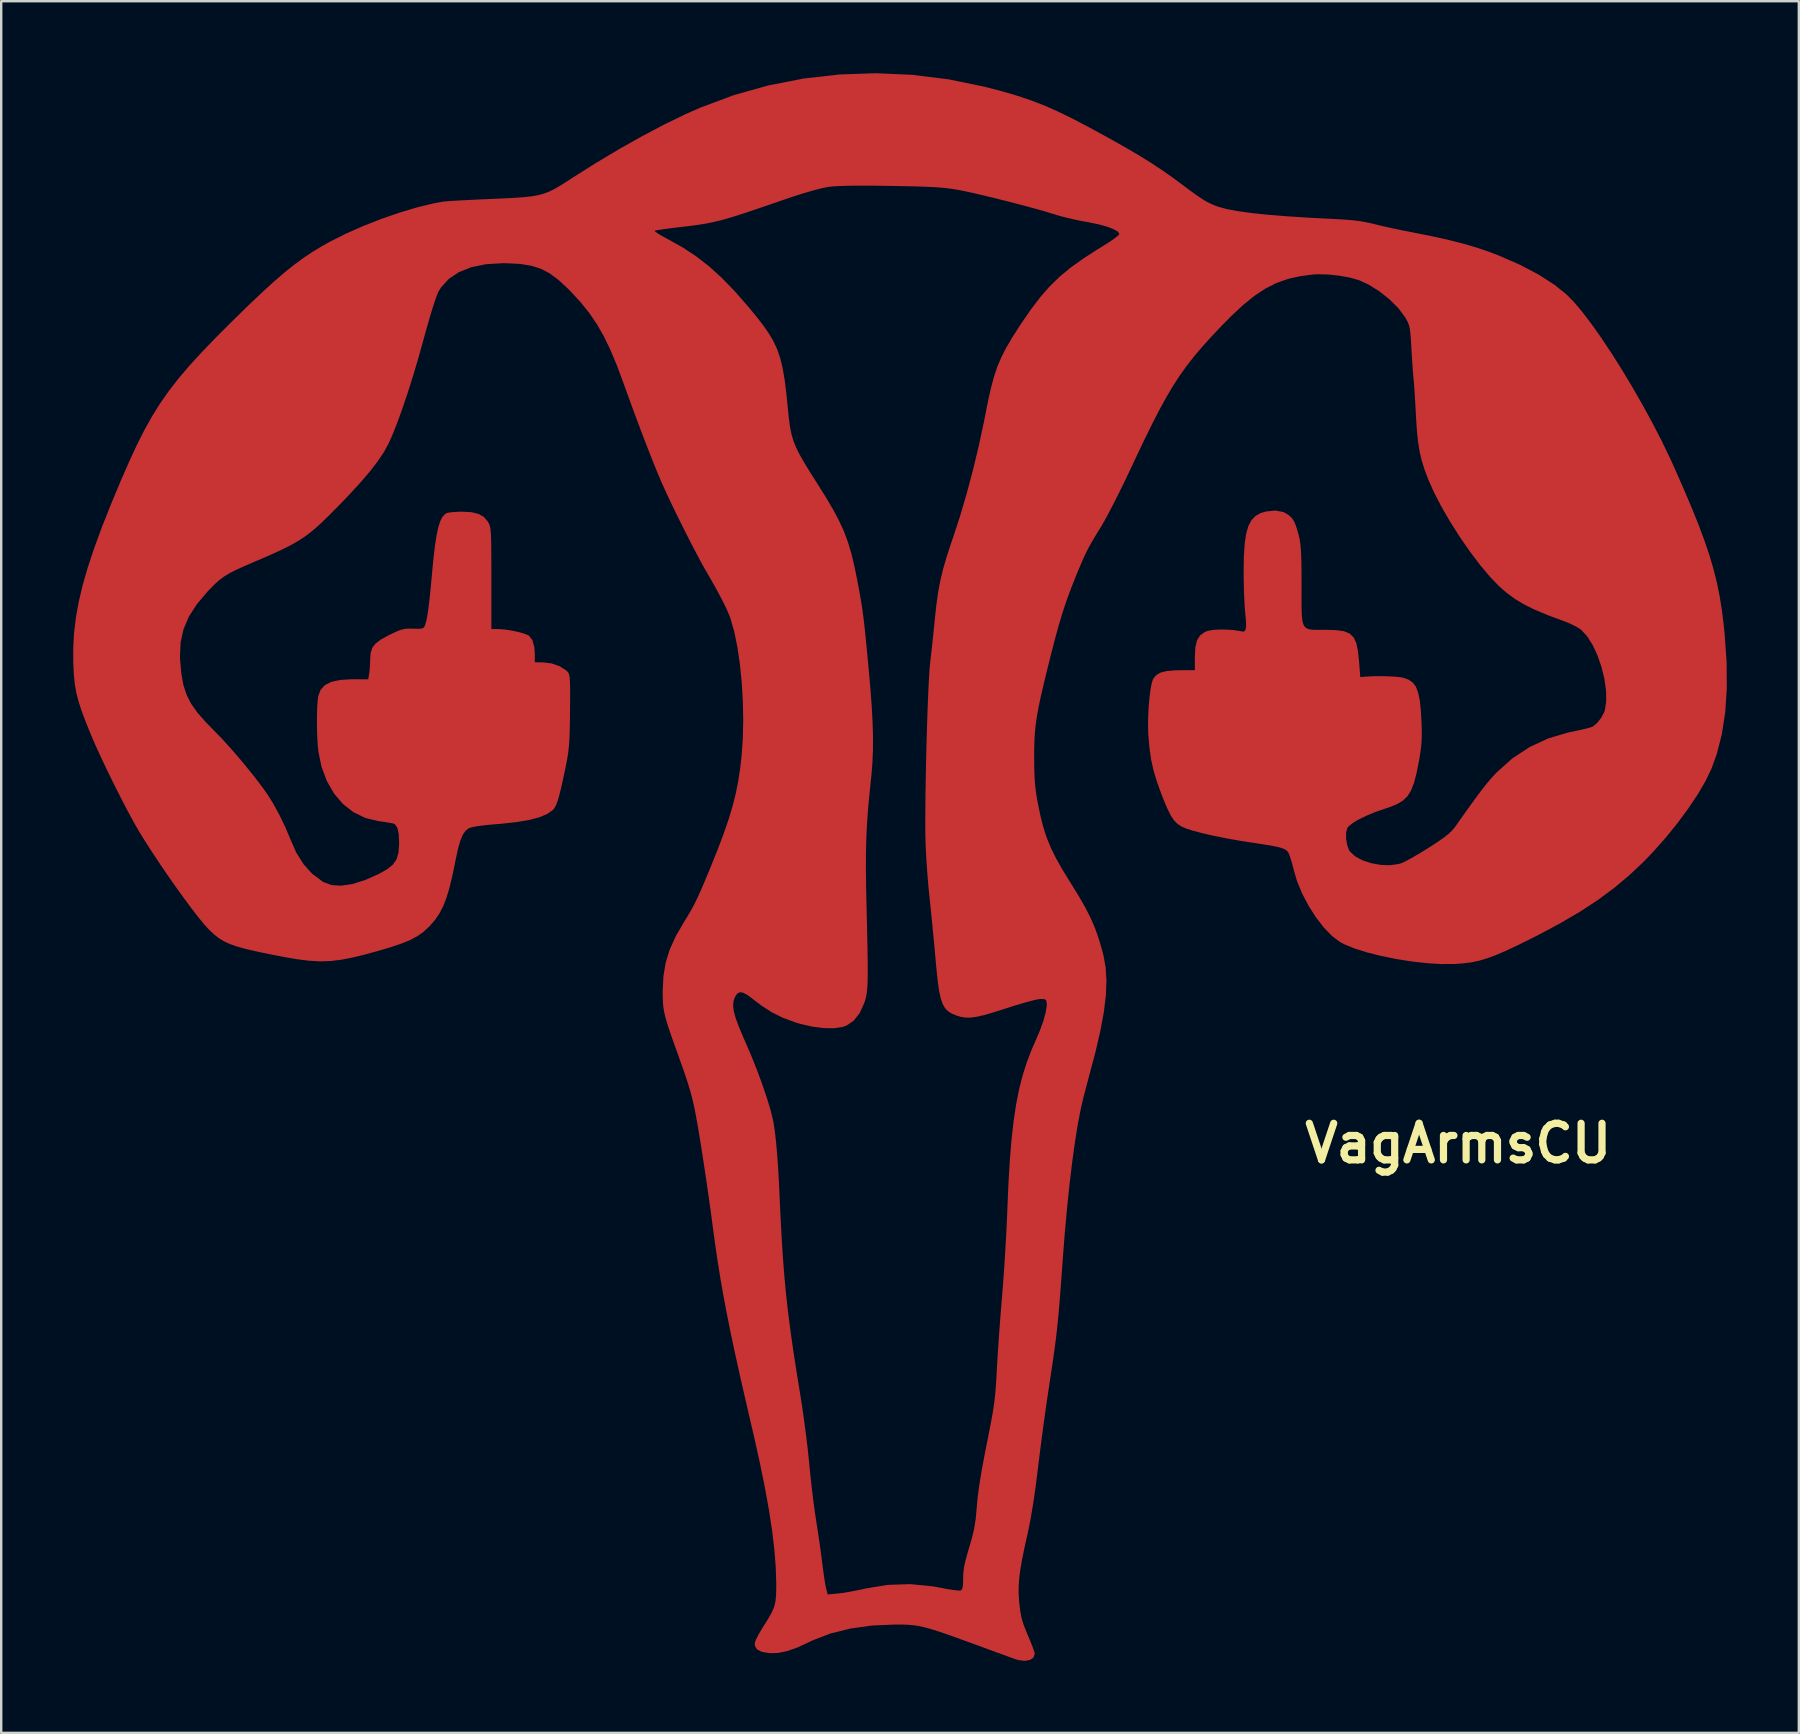
<source format=kicad_pcb>
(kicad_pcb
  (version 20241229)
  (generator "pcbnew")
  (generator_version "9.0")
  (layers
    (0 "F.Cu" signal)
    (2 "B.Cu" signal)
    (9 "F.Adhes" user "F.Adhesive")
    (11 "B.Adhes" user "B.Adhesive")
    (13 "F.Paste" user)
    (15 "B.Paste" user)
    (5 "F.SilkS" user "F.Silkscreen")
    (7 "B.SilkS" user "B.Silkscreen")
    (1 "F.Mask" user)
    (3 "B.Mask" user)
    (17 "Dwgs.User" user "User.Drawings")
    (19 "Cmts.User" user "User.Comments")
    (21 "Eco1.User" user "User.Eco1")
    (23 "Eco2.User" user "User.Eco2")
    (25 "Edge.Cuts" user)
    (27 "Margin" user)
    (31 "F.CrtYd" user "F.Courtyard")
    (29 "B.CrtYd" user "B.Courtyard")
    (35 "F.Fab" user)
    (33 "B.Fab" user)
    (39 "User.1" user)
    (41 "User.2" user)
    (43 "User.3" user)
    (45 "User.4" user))
  (footprint "VagArmsCU"
    (layer "F.Cu")
    (at 33.896 30.076)
    (property "Reference" "VagArmsCU" (at 23.8 14.5 0) (layer "F.SilkS") (effects (font (size 1.524 1.524) (thickness 0.3))))
    (attr board_only exclude_from_pos_files exclude_from_bom)
    (fp_poly (pts (xy 1.052 -30.009) (xy 2.562 -29.822) (xy 4.058 -29.515) (xy 4.128 -29.498) (xy 4.823 -29.315) (xy 5.44 -29.134) (xy 6.008 -28.943) (xy 6.555 -28.731) (xy 7.111 -28.486) (xy 7.705 -28.197) (xy 8.365 -27.853) (xy 8.606 -27.722) (xy 9.328 -27.327) (xy 9.952 -26.974) (xy 10.499 -26.653) (xy 10.984 -26.352) (xy 11.427 -26.061) (xy 11.846 -25.769) (xy 12.179 -25.524) (xy 12.559 -25.241) (xy 12.859 -25.023) (xy 13.097 -24.86) (xy 13.294 -24.739) (xy 13.469 -24.647) (xy 13.641 -24.573) (xy 13.811 -24.511) (xy 14.153 -24.417) (xy 14.613 -24.331) (xy 15.192 -24.251) (xy 15.892 -24.178) (xy 16.715 -24.112) (xy 17.662 -24.053) (xy 18.542 -24.008) (xy 19.03 -23.981) (xy 19.424 -23.949) (xy 19.756 -23.906) (xy 20.059 -23.848) (xy 20.288 -23.794) (xy 20.603 -23.717) (xy 20.994 -23.63) (xy 21.411 -23.541) (xy 21.806 -23.464) (xy 21.812 -23.462) (xy 22.635 -23.3) (xy 23.353 -23.142) (xy 23.988 -22.981) (xy 24.562 -22.813) (xy 25.098 -22.631) (xy 25.463 -22.492) (xy 26.361 -22.101) (xy 27.148 -21.688) (xy 27.819 -21.254) (xy 28.309 -20.86) (xy 28.615 -20.55) (xy 28.963 -20.136) (xy 29.346 -19.634) (xy 29.754 -19.056) (xy 30.18 -18.417) (xy 30.614 -17.729) (xy 31.049 -17.006) (xy 31.475 -16.263) (xy 31.884 -15.512) (xy 32.269 -14.768) (xy 32.619 -14.043) (xy 32.768 -13.716) (xy 33.167 -12.812) (xy 33.511 -12.004) (xy 33.805 -11.277) (xy 34.053 -10.614) (xy 34.261 -9.999) (xy 34.432 -9.418) (xy 34.573 -8.853) (xy 34.687 -8.29) (xy 34.78 -7.713) (xy 34.856 -7.104) (xy 34.894 -6.737) (xy 34.977 -5.552) (xy 34.986 -4.464) (xy 34.921 -3.466) (xy 34.781 -2.55) (xy 34.566 -1.709) (xy 34.343 -1.096) (xy 34.103 -0.598) (xy 33.778 -0.041) (xy 33.381 0.553) (xy 32.929 1.165) (xy 32.436 1.774) (xy 31.916 2.361) (xy 31.529 2.762) (xy 30.927 3.331) (xy 30.296 3.86) (xy 29.618 4.362) (xy 28.874 4.849) (xy 28.047 5.334) (xy 27.118 5.83) (xy 26.86 5.96) (xy 26.278 6.248) (xy 25.786 6.479) (xy 25.365 6.66) (xy 24.996 6.796) (xy 24.658 6.895) (xy 24.334 6.963) (xy 24.002 7.005) (xy 23.644 7.03) (xy 23.607 7.031) (xy 23.066 7.032) (xy 22.47 6.994) (xy 21.842 6.922) (xy 21.207 6.821) (xy 20.588 6.695) (xy 20.009 6.549) (xy 19.496 6.389) (xy 19.072 6.218) (xy 18.877 6.116) (xy 18.545 5.868) (xy 18.206 5.519) (xy 17.875 5.093) (xy 17.568 4.612) (xy 17.3 4.103) (xy 17.086 3.587) (xy 16.954 3.141) (xy 16.885 2.87) (xy 16.812 2.625) (xy 16.75 2.45) (xy 16.734 2.416) (xy 16.685 2.339) (xy 16.615 2.276) (xy 16.507 2.221) (xy 16.346 2.171) (xy 16.116 2.121) (xy 15.799 2.065) (xy 15.381 2) (xy 15.145 1.965) (xy 14.599 1.878) (xy 14.058 1.78) (xy 13.546 1.675) (xy 13.09 1.569) (xy 12.712 1.468) (xy 12.474 1.39) (xy 12.268 1.3) (xy 12.099 1.189) (xy 11.952 1.039) (xy 11.816 0.83) (xy 11.675 0.544) (xy 11.516 0.162) (xy 11.449 -0.008) (xy 11.253 -0.546) (xy 11.109 -1.019) (xy 11.008 -1.474) (xy 10.938 -1.956) (xy 10.889 -2.508) (xy 10.877 -2.862) (xy 10.882 -3.255) (xy 10.902 -3.659) (xy 10.935 -4.048) (xy 10.978 -4.392) (xy 11.029 -4.664) (xy 11.086 -4.837) (xy 11.207 -4.995) (xy 11.388 -5.105) (xy 11.649 -5.173) (xy 12.006 -5.204) (xy 12.222 -5.207) (xy 12.827 -5.207) (xy 12.827 -5.769) (xy 12.848 -6.16) (xy 12.916 -6.448) (xy 13.042 -6.653) (xy 13.234 -6.793) (xy 13.369 -6.848) (xy 13.564 -6.885) (xy 13.839 -6.902) (xy 14.152 -6.9) (xy 14.456 -6.879) (xy 14.708 -6.84) (xy 14.774 -6.824) (xy 14.873 -6.818) (xy 14.934 -6.88) (xy 14.961 -7.025) (xy 14.956 -7.266) (xy 14.925 -7.596) (xy 14.903 -7.85) (xy 14.885 -8.197) (xy 14.87 -8.602) (xy 14.862 -9.03) (xy 14.86 -9.336) (xy 14.869 -9.965) (xy 14.903 -10.48) (xy 14.964 -10.893) (xy 15.057 -11.215) (xy 15.186 -11.458) (xy 15.355 -11.634) (xy 15.57 -11.753) (xy 15.782 -11.817) (xy 16.179 -11.859) (xy 16.515 -11.797) (xy 16.726 -11.677) (xy 16.855 -11.559) (xy 16.954 -11.419) (xy 17.037 -11.226) (xy 17.122 -10.95) (xy 17.154 -10.828) (xy 17.191 -10.667) (xy 17.219 -10.493) (xy 17.24 -10.287) (xy 17.255 -10.029) (xy 17.264 -9.701) (xy 17.269 -9.284) (xy 17.271 -8.76) (xy 17.271 -8.747) (xy 17.27 -8.212) (xy 17.272 -7.79) (xy 17.283 -7.469) (xy 17.312 -7.234) (xy 17.365 -7.072) (xy 17.449 -6.97) (xy 17.572 -6.914) (xy 17.742 -6.891) (xy 17.964 -6.887) (xy 18.248 -6.89) (xy 18.274 -6.89) (xy 18.704 -6.878) (xy 19.031 -6.833) (xy 19.27 -6.738) (xy 19.438 -6.58) (xy 19.55 -6.342) (xy 19.621 -6.009) (xy 19.668 -5.566) (xy 19.671 -5.524) (xy 19.717 -4.921) (xy 19.907 -4.938) (xy 20.217 -4.956) (xy 20.563 -4.96) (xy 20.909 -4.953) (xy 21.219 -4.934) (xy 21.454 -4.906) (xy 21.52 -4.891) (xy 21.734 -4.812) (xy 21.903 -4.694) (xy 22.032 -4.522) (xy 22.127 -4.282) (xy 22.195 -3.959) (xy 22.24 -3.538) (xy 22.27 -3.016) (xy 22.28 -2.602) (xy 22.273 -2.259) (xy 22.244 -1.935) (xy 22.189 -1.575) (xy 22.164 -1.434) (xy 22.061 -0.92) (xy 21.955 -0.515) (xy 21.834 -0.201) (xy 21.685 0.04) (xy 21.494 0.224) (xy 21.25 0.371) (xy 20.94 0.497) (xy 20.737 0.564) (xy 20.337 0.702) (xy 19.964 0.858) (xy 19.638 1.018) (xy 19.382 1.173) (xy 19.216 1.311) (xy 19.178 1.364) (xy 19.127 1.557) (xy 19.127 1.81) (xy 19.171 2.073) (xy 19.253 2.292) (xy 19.282 2.338) (xy 19.498 2.542) (xy 19.805 2.709) (xy 20.173 2.831) (xy 20.57 2.903) (xy 20.964 2.916) (xy 21.325 2.863) (xy 21.446 2.825) (xy 21.606 2.75) (xy 21.845 2.621) (xy 22.136 2.453) (xy 22.451 2.261) (xy 22.602 2.166) (xy 22.952 1.938) (xy 23.213 1.756) (xy 23.406 1.601) (xy 23.553 1.458) (xy 23.675 1.308) (xy 23.701 1.271) (xy 24.058 0.765) (xy 24.355 0.35) (xy 24.602 0.012) (xy 24.811 -0.264) (xy 24.992 -0.492) (xy 25.156 -0.685) (xy 25.314 -0.859) (xy 25.408 -0.958) (xy 26.056 -1.536) (xy 26.77 -2.006) (xy 27.546 -2.366) (xy 28.381 -2.613) (xy 28.512 -2.64) (xy 28.819 -2.705) (xy 29.088 -2.767) (xy 29.29 -2.819) (xy 29.397 -2.856) (xy 29.397 -2.856) (xy 29.579 -3.002) (xy 29.752 -3.222) (xy 29.88 -3.465) (xy 29.906 -3.542) (xy 29.964 -3.924) (xy 29.955 -4.369) (xy 29.886 -4.85) (xy 29.766 -5.341) (xy 29.602 -5.817) (xy 29.402 -6.25) (xy 29.174 -6.614) (xy 28.928 -6.883) (xy 28.875 -6.925) (xy 28.696 -7.032) (xy 28.447 -7.153) (xy 28.176 -7.262) (xy 28.145 -7.273) (xy 27.514 -7.507) (xy 26.986 -7.729) (xy 26.54 -7.949) (xy 26.155 -8.181) (xy 25.81 -8.435) (xy 25.519 -8.688) (xy 25.129 -9.091) (xy 24.711 -9.588) (xy 24.282 -10.156) (xy 23.857 -10.77) (xy 23.454 -11.406) (xy 23.087 -12.04) (xy 22.774 -12.648) (xy 22.541 -13.176) (xy 22.392 -13.575) (xy 22.277 -13.944) (xy 22.19 -14.314) (xy 22.126 -14.713) (xy 22.078 -15.174) (xy 22.041 -15.725) (xy 22.035 -15.843) (xy 22.013 -16.243) (xy 21.991 -16.62) (xy 21.97 -16.945) (xy 21.952 -17.195) (xy 21.938 -17.335) (xy 21.923 -17.501) (xy 21.902 -17.762) (xy 21.88 -18.088) (xy 21.857 -18.448) (xy 21.849 -18.592) (xy 21.827 -18.965) (xy 21.806 -19.237) (xy 21.781 -19.434) (xy 21.746 -19.582) (xy 21.698 -19.707) (xy 21.629 -19.835) (xy 21.581 -19.916) (xy 21.308 -20.284) (xy 20.943 -20.649) (xy 20.521 -20.986) (xy 20.073 -21.267) (xy 19.675 -21.45) (xy 19.298 -21.559) (xy 18.847 -21.642) (xy 18.376 -21.692) (xy 17.936 -21.702) (xy 17.757 -21.692) (xy 17.198 -21.619) (xy 16.691 -21.503) (xy 16.219 -21.334) (xy 15.762 -21.103) (xy 15.305 -20.799) (xy 14.83 -20.414) (xy 14.319 -19.936) (xy 13.929 -19.54) (xy 13.511 -19.097) (xy 13.138 -18.685) (xy 12.802 -18.29) (xy 12.494 -17.896) (xy 12.204 -17.492) (xy 11.924 -17.061) (xy 11.644 -16.59) (xy 11.356 -16.066) (xy 11.051 -15.472) (xy 10.719 -14.797) (xy 10.351 -14.024) (xy 10.167 -13.632) (xy 9.938 -13.149) (xy 9.702 -12.665) (xy 9.47 -12.204) (xy 9.254 -11.788) (xy 9.066 -11.439) (xy 8.917 -11.181) (xy 8.902 -11.156) (xy 8.681 -10.798) (xy 8.51 -10.509) (xy 8.371 -10.255) (xy 8.245 -9.999) (xy 8.114 -9.707) (xy 7.961 -9.344) (xy 7.904 -9.207) (xy 7.691 -8.674) (xy 7.503 -8.168) (xy 7.332 -7.659) (xy 7.168 -7.116) (xy 7 -6.508) (xy 6.828 -5.842) (xy 6.657 -5.155) (xy 6.517 -4.574) (xy 6.403 -4.08) (xy 6.314 -3.656) (xy 6.247 -3.285) (xy 6.198 -2.95) (xy 6.166 -2.633) (xy 6.146 -2.316) (xy 6.136 -1.982) (xy 6.133 -1.619) (xy 6.137 -1.13) (xy 6.15 -0.733) (xy 6.176 -0.391) (xy 6.216 -0.07) (xy 6.273 0.265) (xy 6.273 0.266) (xy 6.388 0.83) (xy 6.511 1.319) (xy 6.653 1.761) (xy 6.827 2.187) (xy 7.043 2.626) (xy 7.315 3.106) (xy 7.654 3.656) (xy 7.654 3.656) (xy 7.991 4.203) (xy 8.263 4.677) (xy 8.482 5.106) (xy 8.661 5.519) (xy 8.813 5.943) (xy 8.95 6.406) (xy 9.019 6.668) (xy 9.11 7.161) (xy 9.144 7.71) (xy 9.121 8.325) (xy 9.038 9.015) (xy 8.896 9.791) (xy 8.694 10.664) (xy 8.593 11.049) (xy 8.489 11.44) (xy 8.377 11.861) (xy 8.272 12.26) (xy 8.189 12.573) (xy 8.067 13.099) (xy 7.946 13.739) (xy 7.827 14.483) (xy 7.713 15.316) (xy 7.604 16.227) (xy 7.502 17.205) (xy 7.409 18.235) (xy 7.335 19.177) (xy 7.283 19.903) (xy 7.237 20.522) (xy 7.195 21.054) (xy 7.156 21.518) (xy 7.117 21.933) (xy 7.076 22.32) (xy 7.032 22.697) (xy 6.981 23.085) (xy 6.922 23.503) (xy 6.853 23.97) (xy 6.771 24.507) (xy 6.732 24.765) (xy 6.649 25.323) (xy 6.559 25.961) (xy 6.468 26.633) (xy 6.382 27.293) (xy 6.307 27.895) (xy 6.287 28.067) (xy 6.195 28.796) (xy 6.096 29.482) (xy 5.993 30.098) (xy 5.891 30.62) (xy 5.866 30.734) (xy 5.73 31.343) (xy 5.627 31.85) (xy 5.554 32.276) (xy 5.508 32.643) (xy 5.486 32.97) (xy 5.487 33.278) (xy 5.507 33.589) (xy 5.514 33.656) (xy 5.555 33.995) (xy 5.608 34.272) (xy 5.688 34.539) (xy 5.809 34.847) (xy 5.869 34.99) (xy 5.985 35.265) (xy 6.078 35.505) (xy 6.14 35.682) (xy 6.158 35.762) (xy 6.106 35.921) (xy 5.959 36.022) (xy 5.741 36.059) (xy 5.472 36.025) (xy 5.366 35.993) (xy 5.255 35.954) (xy 5.044 35.877) (xy 4.75 35.77) (xy 4.393 35.64) (xy 3.99 35.492) (xy 3.645 35.366) (xy 3.06 35.152) (xy 2.577 34.979) (xy 2.178 34.842) (xy 1.847 34.737) (xy 1.566 34.66) (xy 1.32 34.607) (xy 1.09 34.573) (xy 0.86 34.554) (xy 0.612 34.546) (xy 0.366 34.544) (xy -0.61 34.586) (xy -1.52 34.712) (xy -2.353 34.919) (xy -3.097 35.205) (xy -3.242 35.275) (xy -3.735 35.504) (xy -4.156 35.653) (xy -4.529 35.729) (xy -4.876 35.739) (xy -4.896 35.738) (xy -5.212 35.684) (xy -5.416 35.579) (xy -5.504 35.421) (xy -5.5 35.296) (xy -5.451 35.164) (xy -5.349 34.964) (xy -5.214 34.733) (xy -5.168 34.66) (xy -4.955 34.322) (xy -4.804 34.055) (xy -4.704 33.824) (xy -4.645 33.595) (xy -4.618 33.334) (xy -4.61 33.007) (xy -4.611 32.798) (xy -4.633 32.132) (xy -4.691 31.411) (xy -4.784 30.626) (xy -4.916 29.766) (xy -5.087 28.822) (xy -5.299 27.782) (xy -5.554 26.636) (xy -5.645 26.247) (xy -5.906 25.126) (xy -6.137 24.113) (xy -6.34 23.192) (xy -6.519 22.347) (xy -6.676 21.563) (xy -6.815 20.824) (xy -6.939 20.116) (xy -7.05 19.423) (xy -7.152 18.729) (xy -7.238 18.098) (xy -7.327 17.43) (xy -7.423 16.743) (xy -7.522 16.055) (xy -7.622 15.386) (xy -7.72 14.755) (xy -7.812 14.181) (xy -7.896 13.682) (xy -7.97 13.278) (xy -8.009 13.081) (xy -8.068 12.808) (xy -8.13 12.553) (xy -8.201 12.295) (xy -8.286 12.012) (xy -8.394 11.684) (xy -8.53 11.29) (xy -8.702 10.808) (xy -8.8 10.535) (xy -8.971 10.054) (xy -9.103 9.669) (xy -9.199 9.356) (xy -9.266 9.093) (xy -9.309 8.857) (xy -9.332 8.625) (xy -9.34 8.373) (xy -9.341 8.147) (xy -9.309 7.527) (xy -9.214 6.963) (xy -9.046 6.422) (xy -8.795 5.871) (xy -8.464 5.299) (xy -8.298 5.031) (xy -8.156 4.788) (xy -8.027 4.548) (xy -7.899 4.287) (xy -7.76 3.981) (xy -7.599 3.606) (xy -7.404 3.139) (xy -7.38 3.08) (xy -7.068 2.309) (xy -6.81 1.629) (xy -6.599 1.019) (xy -6.43 0.458) (xy -6.296 -0.075) (xy -6.191 -0.603) (xy -6.11 -1.145) (xy -6.057 -1.605) (xy -6.004 -2.344) (xy -5.986 -3.123) (xy -6.002 -3.919) (xy -6.049 -4.709) (xy -6.126 -5.471) (xy -6.231 -6.182) (xy -6.361 -6.818) (xy -6.516 -7.357) (xy -6.553 -7.461) (xy -6.678 -7.755) (xy -6.862 -8.13) (xy -7.092 -8.564) (xy -7.357 -9.033) (xy -7.472 -9.23) (xy -7.662 -9.562) (xy -7.89 -9.984) (xy -8.145 -10.471) (xy -8.414 -10.999) (xy -8.684 -11.541) (xy -8.943 -12.072) (xy -9.177 -12.567) (xy -9.374 -13) (xy -9.39 -13.039) (xy -9.563 -13.447) (xy -9.769 -13.954) (xy -9.998 -14.538) (xy -10.243 -15.179) (xy -10.497 -15.855) (xy -10.749 -16.544) (xy -10.954 -17.113) (xy -11.238 -17.878) (xy -11.513 -18.538) (xy -11.791 -19.114) (xy -12.084 -19.626) (xy -12.404 -20.094) (xy -12.762 -20.54) (xy -13.172 -20.983) (xy -13.291 -21.104) (xy -13.678 -21.463) (xy -14.044 -21.735) (xy -14.415 -21.93) (xy -14.82 -22.058) (xy -15.284 -22.132) (xy -15.837 -22.16) (xy -16.017 -22.162) (xy -16.705 -22.12) (xy -17.31 -21.996) (xy -17.825 -21.792) (xy -18.249 -21.51) (xy -18.574 -21.152) (xy -18.682 -20.978) (xy -18.745 -20.831) (xy -18.833 -20.58) (xy -18.941 -20.246) (xy -19.061 -19.846) (xy -19.188 -19.402) (xy -19.294 -19.018) (xy -19.51 -18.242) (xy -19.735 -17.483) (xy -19.964 -16.76) (xy -20.189 -16.092) (xy -20.406 -15.495) (xy -20.607 -14.989) (xy -20.766 -14.637) (xy -20.958 -14.287) (xy -21.214 -13.906) (xy -21.542 -13.482) (xy -21.95 -13.006) (xy -22.445 -12.469) (xy -22.826 -12.074) (xy -23.224 -11.672) (xy -23.566 -11.34) (xy -23.874 -11.064) (xy -24.169 -10.83) (xy -24.472 -10.624) (xy -24.805 -10.431) (xy -25.188 -10.238) (xy -25.644 -10.029) (xy -26.192 -9.791) (xy -26.31 -9.741) (xy -26.756 -9.549) (xy -27.107 -9.389) (xy -27.384 -9.248) (xy -27.61 -9.111) (xy -27.807 -8.965) (xy -27.997 -8.796) (xy -28.202 -8.588) (xy -28.307 -8.477) (xy -28.752 -7.95) (xy -29.08 -7.436) (xy -29.301 -6.915) (xy -29.422 -6.37) (xy -29.449 -5.781) (xy -29.442 -5.62) (xy -29.392 -5.068) (xy -29.309 -4.602) (xy -29.178 -4.194) (xy -28.988 -3.817) (xy -28.725 -3.444) (xy -28.377 -3.048) (xy -28.097 -2.762) (xy -27.68 -2.332) (xy -27.234 -1.838) (xy -26.785 -1.312) (xy -26.361 -0.787) (xy -25.988 -0.295) (xy -25.793 -0.018) (xy -25.554 0.367) (xy -25.306 0.823) (xy -25.075 1.298) (xy -24.887 1.742) (xy -24.873 1.78) (xy -24.61 2.379) (xy -24.305 2.869) (xy -23.948 3.266) (xy -23.526 3.583) (xy -23.463 3.622) (xy -23.136 3.743) (xy -22.735 3.768) (xy -22.268 3.699) (xy -21.745 3.537) (xy -21.173 3.283) (xy -21.168 3.281) (xy -20.821 3.085) (xy -20.58 2.891) (xy -20.428 2.67) (xy -20.348 2.396) (xy -20.321 2.041) (xy -20.32 1.968) (xy -20.337 1.612) (xy -20.389 1.367) (xy -20.48 1.223) (xy -20.556 1.18) (xy -20.673 1.155) (xy -20.876 1.121) (xy -21.124 1.086) (xy -21.168 1.081) (xy -21.72 0.95) (xy -22.22 0.708) (xy -22.661 0.364) (xy -23.035 -0.075) (xy -23.336 -0.6) (xy -23.557 -1.203) (xy -23.68 -1.802) (xy -23.712 -2.11) (xy -23.733 -2.486) (xy -23.743 -2.895) (xy -23.743 -3.303) (xy -23.732 -3.676) (xy -23.709 -3.98) (xy -23.689 -4.126) (xy -23.594 -4.386) (xy -23.417 -4.583) (xy -23.15 -4.72) (xy -22.784 -4.801) (xy -22.31 -4.831) (xy -22.193 -4.832) (xy -21.606 -4.827) (xy -21.567 -5.065) (xy -21.544 -5.271) (xy -21.529 -5.527) (xy -21.527 -5.652) (xy -21.507 -5.923) (xy -21.439 -6.138) (xy -21.303 -6.317) (xy -21.082 -6.484) (xy -20.759 -6.661) (xy -20.725 -6.678) (xy -20.455 -6.808) (xy -20.257 -6.888) (xy -20.089 -6.929) (xy -19.912 -6.941) (xy -19.735 -6.938) (xy -19.504 -6.933) (xy -19.367 -6.945) (xy -19.293 -6.983) (xy -19.25 -7.056) (xy -19.24 -7.083) (xy -19.191 -7.247) (xy -19.143 -7.488) (xy -19.095 -7.815) (xy -19.045 -8.24) (xy -18.992 -8.774) (xy -18.952 -9.207) (xy -18.89 -9.86) (xy -18.827 -10.397) (xy -18.76 -10.828) (xy -18.688 -11.164) (xy -18.607 -11.416) (xy -18.515 -11.595) (xy -18.409 -11.71) (xy -18.355 -11.746) (xy -18.236 -11.776) (xy -18.03 -11.799) (xy -17.775 -11.81) (xy -17.705 -11.811) (xy -17.309 -11.79) (xy -17.013 -11.72) (xy -16.793 -11.594) (xy -16.629 -11.402) (xy -16.607 -11.367) (xy -16.572 -11.3) (xy -16.544 -11.227) (xy -16.522 -11.131) (xy -16.506 -11) (xy -16.494 -10.819) (xy -16.486 -10.573) (xy -16.481 -10.25) (xy -16.479 -9.834) (xy -16.478 -9.312) (xy -16.478 -9.033) (xy -16.478 -6.921) (xy -16.173 -6.921) (xy -15.933 -6.905) (xy -15.65 -6.863) (xy -15.365 -6.803) (xy -15.116 -6.734) (xy -14.942 -6.664) (xy -14.909 -6.643) (xy -14.768 -6.46) (xy -14.688 -6.17) (xy -14.668 -5.876) (xy -14.668 -5.538) (xy -14.312 -5.533) (xy -13.965 -5.489) (xy -13.637 -5.375) (xy -13.371 -5.208) (xy -13.301 -5.141) (xy -13.264 -5.091) (xy -13.237 -5.021) (xy -13.217 -4.914) (xy -13.205 -4.754) (xy -13.198 -4.525) (xy -13.196 -4.21) (xy -13.199 -3.792) (xy -13.201 -3.561) (xy -13.206 -3.057) (xy -13.214 -2.654) (xy -13.227 -2.326) (xy -13.247 -2.044) (xy -13.276 -1.784) (xy -13.318 -1.518) (xy -13.375 -1.221) (xy -13.449 -0.865) (xy -13.458 -0.826) (xy -13.557 -0.37) (xy -13.642 -0.022) (xy -13.716 0.234) (xy -13.786 0.417) (xy -13.856 0.544) (xy -13.923 0.621) (xy -14.154 0.782) (xy -14.478 0.918) (xy -14.904 1.031) (xy -15.438 1.121) (xy -16.089 1.191) (xy -16.286 1.206) (xy -16.717 1.245) (xy -17.061 1.289) (xy -17.304 1.336) (xy -17.414 1.373) (xy -17.553 1.48) (xy -17.672 1.654) (xy -17.777 1.911) (xy -17.876 2.265) (xy -17.967 2.695) (xy -18.095 3.321) (xy -18.219 3.839) (xy -18.346 4.266) (xy -18.484 4.622) (xy -18.641 4.924) (xy -18.822 5.19) (xy -19.037 5.438) (xy -19.089 5.492) (xy -19.312 5.695) (xy -19.561 5.871) (xy -19.856 6.029) (xy -20.219 6.179) (xy -20.668 6.33) (xy -21.146 6.471) (xy -21.766 6.641) (xy -22.296 6.769) (xy -22.764 6.858) (xy -23.196 6.908) (xy -23.621 6.92) (xy -24.064 6.895) (xy -24.552 6.834) (xy -25.114 6.739) (xy -25.654 6.634) (xy -26.224 6.515) (xy -26.686 6.409) (xy -27.06 6.307) (xy -27.363 6.202) (xy -27.613 6.087) (xy -27.829 5.954) (xy -28.029 5.798) (xy -28.228 5.613) (xy -28.421 5.401) (xy -28.671 5.099) (xy -28.963 4.721) (xy -29.287 4.284) (xy -29.632 3.805) (xy -29.984 3.301) (xy -30.334 2.786) (xy -30.668 2.279) (xy -30.976 1.796) (xy -31.165 1.487) (xy -31.38 1.113) (xy -31.631 0.649) (xy -31.905 0.122) (xy -32.19 -0.442) (xy -32.471 -1.016) (xy -32.736 -1.573) (xy -32.97 -2.086) (xy -33.162 -2.529) (xy -33.166 -2.54) (xy -33.383 -3.077) (xy -33.551 -3.527) (xy -33.677 -3.917) (xy -33.768 -4.274) (xy -33.829 -4.623) (xy -33.867 -4.994) (xy -33.89 -5.412) (xy -33.893 -5.506) (xy -33.896 -6.127) (xy -33.862 -6.748) (xy -33.787 -7.382) (xy -33.67 -8.04) (xy -33.506 -8.735) (xy -33.292 -9.479) (xy -33.025 -10.284) (xy -32.703 -11.162) (xy -32.321 -12.126) (xy -31.902 -13.128) (xy -31.567 -13.896) (xy -31.248 -14.582) (xy -30.935 -15.203) (xy -30.617 -15.775) (xy -30.281 -16.313) (xy -29.917 -16.834) (xy -29.513 -17.354) (xy -29.059 -17.889) (xy -28.542 -18.454) (xy -27.952 -19.066) (xy -27.276 -19.741) (xy -27.169 -19.847) (xy -26.562 -20.439) (xy -26.026 -20.947) (xy -25.549 -21.383) (xy -25.115 -21.758) (xy -24.713 -22.081) (xy -24.329 -22.365) (xy -23.948 -22.621) (xy -23.558 -22.858) (xy -23.177 -23.07) (xy -22.522 -23.399) (xy -22.265 -23.512) (xy -9.675 -23.512) (xy -9.646 -23.472) (xy -9.523 -23.387) (xy -9.326 -23.271) (xy -9.105 -23.152) (xy -8.509 -22.819) (xy -7.955 -22.454) (xy -7.424 -22.043) (xy -6.899 -21.57) (xy -6.364 -21.021) (xy -5.801 -20.38) (xy -5.488 -20.001) (xy -5.186 -19.618) (xy -4.939 -19.268) (xy -4.738 -18.932) (xy -4.577 -18.588) (xy -4.449 -18.218) (xy -4.346 -17.8) (xy -4.262 -17.315) (xy -4.19 -16.743) (xy -4.126 -16.096) (xy -4.085 -15.69) (xy -4.038 -15.347) (xy -3.978 -15.046) (xy -3.896 -14.765) (xy -3.783 -14.483) (xy -3.63 -14.178) (xy -3.43 -13.828) (xy -3.174 -13.412) (xy -2.923 -13.017) (xy -2.551 -12.425) (xy -2.247 -11.909) (xy -1.999 -11.444) (xy -1.797 -11.005) (xy -1.632 -10.567) (xy -1.492 -10.106) (xy -1.367 -9.597) (xy -1.248 -9.014) (xy -1.242 -8.985) (xy -1.173 -8.618) (xy -1.114 -8.298) (xy -1.064 -8.005) (xy -1.021 -7.717) (xy -0.98 -7.416) (xy -0.94 -7.082) (xy -0.899 -6.693) (xy -0.853 -6.23) (xy -0.8 -5.674) (xy -0.763 -5.276) (xy -0.687 -4.423) (xy -0.632 -3.676) (xy -0.597 -3.018) (xy -0.58 -2.428) (xy -0.582 -1.889) (xy -0.603 -1.382) (xy -0.641 -0.888) (xy -0.664 -0.667) (xy -0.736 0.029) (xy -0.793 0.66) (xy -0.834 1.256) (xy -0.861 1.844) (xy -0.874 2.453) (xy -0.876 3.112) (xy -0.867 3.848) (xy -0.854 4.445) (xy -0.835 5.225) (xy -0.82 5.89) (xy -0.809 6.45) (xy -0.802 6.916) (xy -0.799 7.3) (xy -0.802 7.612) (xy -0.809 7.864) (xy -0.822 8.067) (xy -0.84 8.231) (xy -0.863 8.369) (xy -0.893 8.491) (xy -0.929 8.608) (xy -0.945 8.656) (xy -1.136 9.076) (xy -1.385 9.392) (xy -1.686 9.597) (xy -1.841 9.653) (xy -2.199 9.706) (xy -2.634 9.7) (xy -3.115 9.639) (xy -3.608 9.526) (xy -3.81 9.465) (xy -4.341 9.267) (xy -4.795 9.043) (xy -5.225 8.766) (xy -5.529 8.533) (xy -5.793 8.334) (xy -5.988 8.226) (xy -6.132 8.206) (xy -6.243 8.271) (xy -6.324 8.394) (xy -6.388 8.564) (xy -6.407 8.76) (xy -6.379 8.997) (xy -6.299 9.291) (xy -6.163 9.659) (xy -5.969 10.117) (xy -5.914 10.241) (xy -5.66 10.83) (xy -5.418 11.434) (xy -5.198 12.029) (xy -5.007 12.59) (xy -4.854 13.09) (xy -4.75 13.507) (xy -4.739 13.557) (xy -4.677 13.941) (xy -4.619 14.442) (xy -4.566 15.048) (xy -4.519 15.75) (xy -4.479 16.537) (xy -4.478 16.573) (xy -4.432 17.57) (xy -4.384 18.464) (xy -4.332 19.281) (xy -4.272 20.045) (xy -4.203 20.782) (xy -4.121 21.515) (xy -4.024 22.27) (xy -3.91 23.073) (xy -3.776 23.946) (xy -3.619 24.916) (xy -3.614 24.947) (xy -3.53 25.481) (xy -3.446 26.072) (xy -3.367 26.676) (xy -3.298 27.25) (xy -3.246 27.751) (xy -3.238 27.836) (xy -3.19 28.324) (xy -3.132 28.85) (xy -3.068 29.372) (xy -3.004 29.848) (xy -2.952 30.194) (xy -2.885 30.622) (xy -2.816 31.086) (xy -2.753 31.535) (xy -2.703 31.921) (xy -2.693 32.004) (xy -2.65 32.334) (xy -2.606 32.641) (xy -2.565 32.89) (xy -2.533 33.045) (xy -2.467 33.292) (xy -2.043 33.254) (xy -1.802 33.224) (xy -1.485 33.169) (xy -1.137 33.1) (xy -0.889 33.045) (xy 0.032 32.893) (xy 0.974 32.863) (xy 1.925 32.957) (xy 2.232 33.013) (xy 2.531 33.07) (xy 2.79 33.11) (xy 2.981 33.13) (xy 3.074 33.126) (xy 3.13 33.075) (xy 3.162 32.958) (xy 3.174 32.748) (xy 3.175 32.655) (xy 3.178 32.469) (xy 3.192 32.296) (xy 3.22 32.113) (xy 3.269 31.894) (xy 3.344 31.617) (xy 3.449 31.255) (xy 3.519 31.02) (xy 3.625 30.6) (xy 3.699 30.137) (xy 3.745 29.623) (xy 3.784 29.205) (xy 3.852 28.707) (xy 3.949 28.115) (xy 4.079 27.419) (xy 4.155 27.04) (xy 4.263 26.497) (xy 4.348 26.053) (xy 4.414 25.679) (xy 4.464 25.351) (xy 4.501 25.041) (xy 4.53 24.723) (xy 4.554 24.371) (xy 4.577 23.96) (xy 4.602 23.515) (xy 4.636 22.981) (xy 4.677 22.393) (xy 4.722 21.787) (xy 4.769 21.202) (xy 4.797 20.86) (xy 4.843 20.28) (xy 4.89 19.617) (xy 4.934 18.914) (xy 4.973 18.215) (xy 5.004 17.563) (xy 5.018 17.209) (xy 5.064 16.138) (xy 5.121 15.182) (xy 5.192 14.327) (xy 5.279 13.561) (xy 5.383 12.871) (xy 5.507 12.245) (xy 5.654 11.669) (xy 5.824 11.131) (xy 6.02 10.618) (xy 6.165 10.287) (xy 6.364 9.822) (xy 6.517 9.399) (xy 6.616 9.037) (xy 6.658 8.754) (xy 6.656 8.65) (xy 6.631 8.541) (xy 6.566 8.494) (xy 6.422 8.487) (xy 6.373 8.489) (xy 6.231 8.512) (xy 5.992 8.57) (xy 5.681 8.656) (xy 5.323 8.763) (xy 4.94 8.885) (xy 4.94 8.885) (xy 4.446 9.043) (xy 4.051 9.157) (xy 3.733 9.23) (xy 3.475 9.263) (xy 3.255 9.261) (xy 3.055 9.226) (xy 2.901 9.179) (xy 2.707 9.099) (xy 2.549 9.001) (xy 2.423 8.872) (xy 2.322 8.697) (xy 2.241 8.461) (xy 2.174 8.151) (xy 2.117 7.751) (xy 2.064 7.248) (xy 2.03 6.878) (xy 1.984 6.361) (xy 1.93 5.794) (xy 1.874 5.221) (xy 1.82 4.684) (xy 1.772 4.23) (xy 1.771 4.223) (xy 1.723 3.741) (xy 1.679 3.205) (xy 1.642 2.664) (xy 1.616 2.171) (xy 1.607 1.937) (xy 1.6 1.544) (xy 1.598 1.063) (xy 1.601 0.51) (xy 1.607 -0.1) (xy 1.618 -0.748) (xy 1.631 -1.418) (xy 1.648 -2.093) (xy 1.667 -2.757) (xy 1.687 -3.394) (xy 1.71 -3.985) (xy 1.733 -4.515) (xy 1.757 -4.967) (xy 1.781 -5.325) (xy 1.804 -5.556) (xy 1.845 -5.904) (xy 1.892 -6.331) (xy 1.94 -6.789) (xy 1.985 -7.231) (xy 1.997 -7.354) (xy 2.061 -7.944) (xy 2.134 -8.463) (xy 2.225 -8.946) (xy 2.342 -9.429) (xy 2.492 -9.945) (xy 2.683 -10.529) (xy 2.771 -10.785) (xy 3.048 -11.631) (xy 3.323 -12.566) (xy 3.586 -13.555) (xy 3.828 -14.561) (xy 4.039 -15.546) (xy 4.094 -15.825) (xy 4.22 -16.462) (xy 4.342 -16.997) (xy 4.467 -17.458) (xy 4.606 -17.868) (xy 4.77 -18.252) (xy 4.967 -18.638) (xy 5.208 -19.048) (xy 5.502 -19.509) (xy 5.58 -19.628) (xy 5.993 -20.228) (xy 6.382 -20.741) (xy 6.772 -21.188) (xy 7.184 -21.59) (xy 7.64 -21.969) (xy 8.163 -22.344) (xy 8.775 -22.739) (xy 8.985 -22.868) (xy 9.248 -23.034) (xy 9.465 -23.183) (xy 9.617 -23.301) (xy 9.683 -23.372) (xy 9.684 -23.378) (xy 9.623 -23.474) (xy 9.45 -23.577) (xy 9.18 -23.68) (xy 8.828 -23.778) (xy 8.408 -23.866) (xy 8.328 -23.88) (xy 7.958 -23.95) (xy 7.569 -24.037) (xy 7.213 -24.128) (xy 6.995 -24.193) (xy 6.656 -24.297) (xy 6.222 -24.421) (xy 5.721 -24.558) (xy 5.181 -24.699) (xy 4.63 -24.838) (xy 4.098 -24.968) (xy 3.612 -25.082) (xy 3.2 -25.171) (xy 2.985 -25.213) (xy 2.754 -25.252) (xy 2.521 -25.284) (xy 2.266 -25.31) (xy 1.972 -25.33) (xy 1.62 -25.347) (xy 1.193 -25.361) (xy 0.671 -25.372) (xy 0.159 -25.381) (xy -0.544 -25.391) (xy -1.129 -25.393) (xy -1.607 -25.389) (xy -1.987 -25.377) (xy -2.278 -25.359) (xy -2.457 -25.338) (xy -2.699 -25.289) (xy -3.031 -25.204) (xy -3.425 -25.09) (xy -3.853 -24.956) (xy -4.171 -24.849) (xy -4.839 -24.619) (xy -5.403 -24.426) (xy -5.878 -24.266) (xy -6.281 -24.136) (xy -6.627 -24.031) (xy -6.931 -23.946) (xy -7.21 -23.879) (xy -7.479 -23.824) (xy -7.754 -23.777) (xy -8.051 -23.735) (xy -8.386 -23.693) (xy -8.73 -23.652) (xy -9.055 -23.612) (xy -9.334 -23.574) (xy -9.545 -23.541) (xy -9.661 -23.518) (xy -9.675 -23.512) (xy -22.265 -23.512) (xy -21.803 -23.716) (xy -21.05 -24.011) (xy -20.292 -24.272) (xy -19.561 -24.49) (xy -18.885 -24.654) (xy -18.479 -24.728) (xy -18.354 -24.74) (xy -18.124 -24.756) (xy -17.806 -24.775) (xy -17.423 -24.795) (xy -16.995 -24.816) (xy -16.669 -24.83) (xy -16.062 -24.857) (xy -15.564 -24.882) (xy -15.157 -24.91) (xy -14.822 -24.945) (xy -14.541 -24.993) (xy -14.297 -25.058) (xy -14.071 -25.144) (xy -13.845 -25.256) (xy -13.6 -25.398) (xy -13.32 -25.576) (xy -13.071 -25.738) (xy -12.107 -26.346) (xy -11.138 -26.924) (xy -10.183 -27.461) (xy -9.264 -27.945) (xy -8.402 -28.364) (xy -7.782 -28.639) (xy -6.385 -29.161) (xy -4.945 -29.566) (xy -3.472 -29.854) (xy -1.975 -30.024) (xy -0.464 -30.076)) (stroke (width 0) (type solid)) (fill yes) (layer "F.Cu")))
  (gr_rect
    (start -3 -3)
    (end 71.882 69.135)
    (stroke (width 0.1) (type default))
    (fill no)
    (layer "Edge.Cuts")))
</source>
